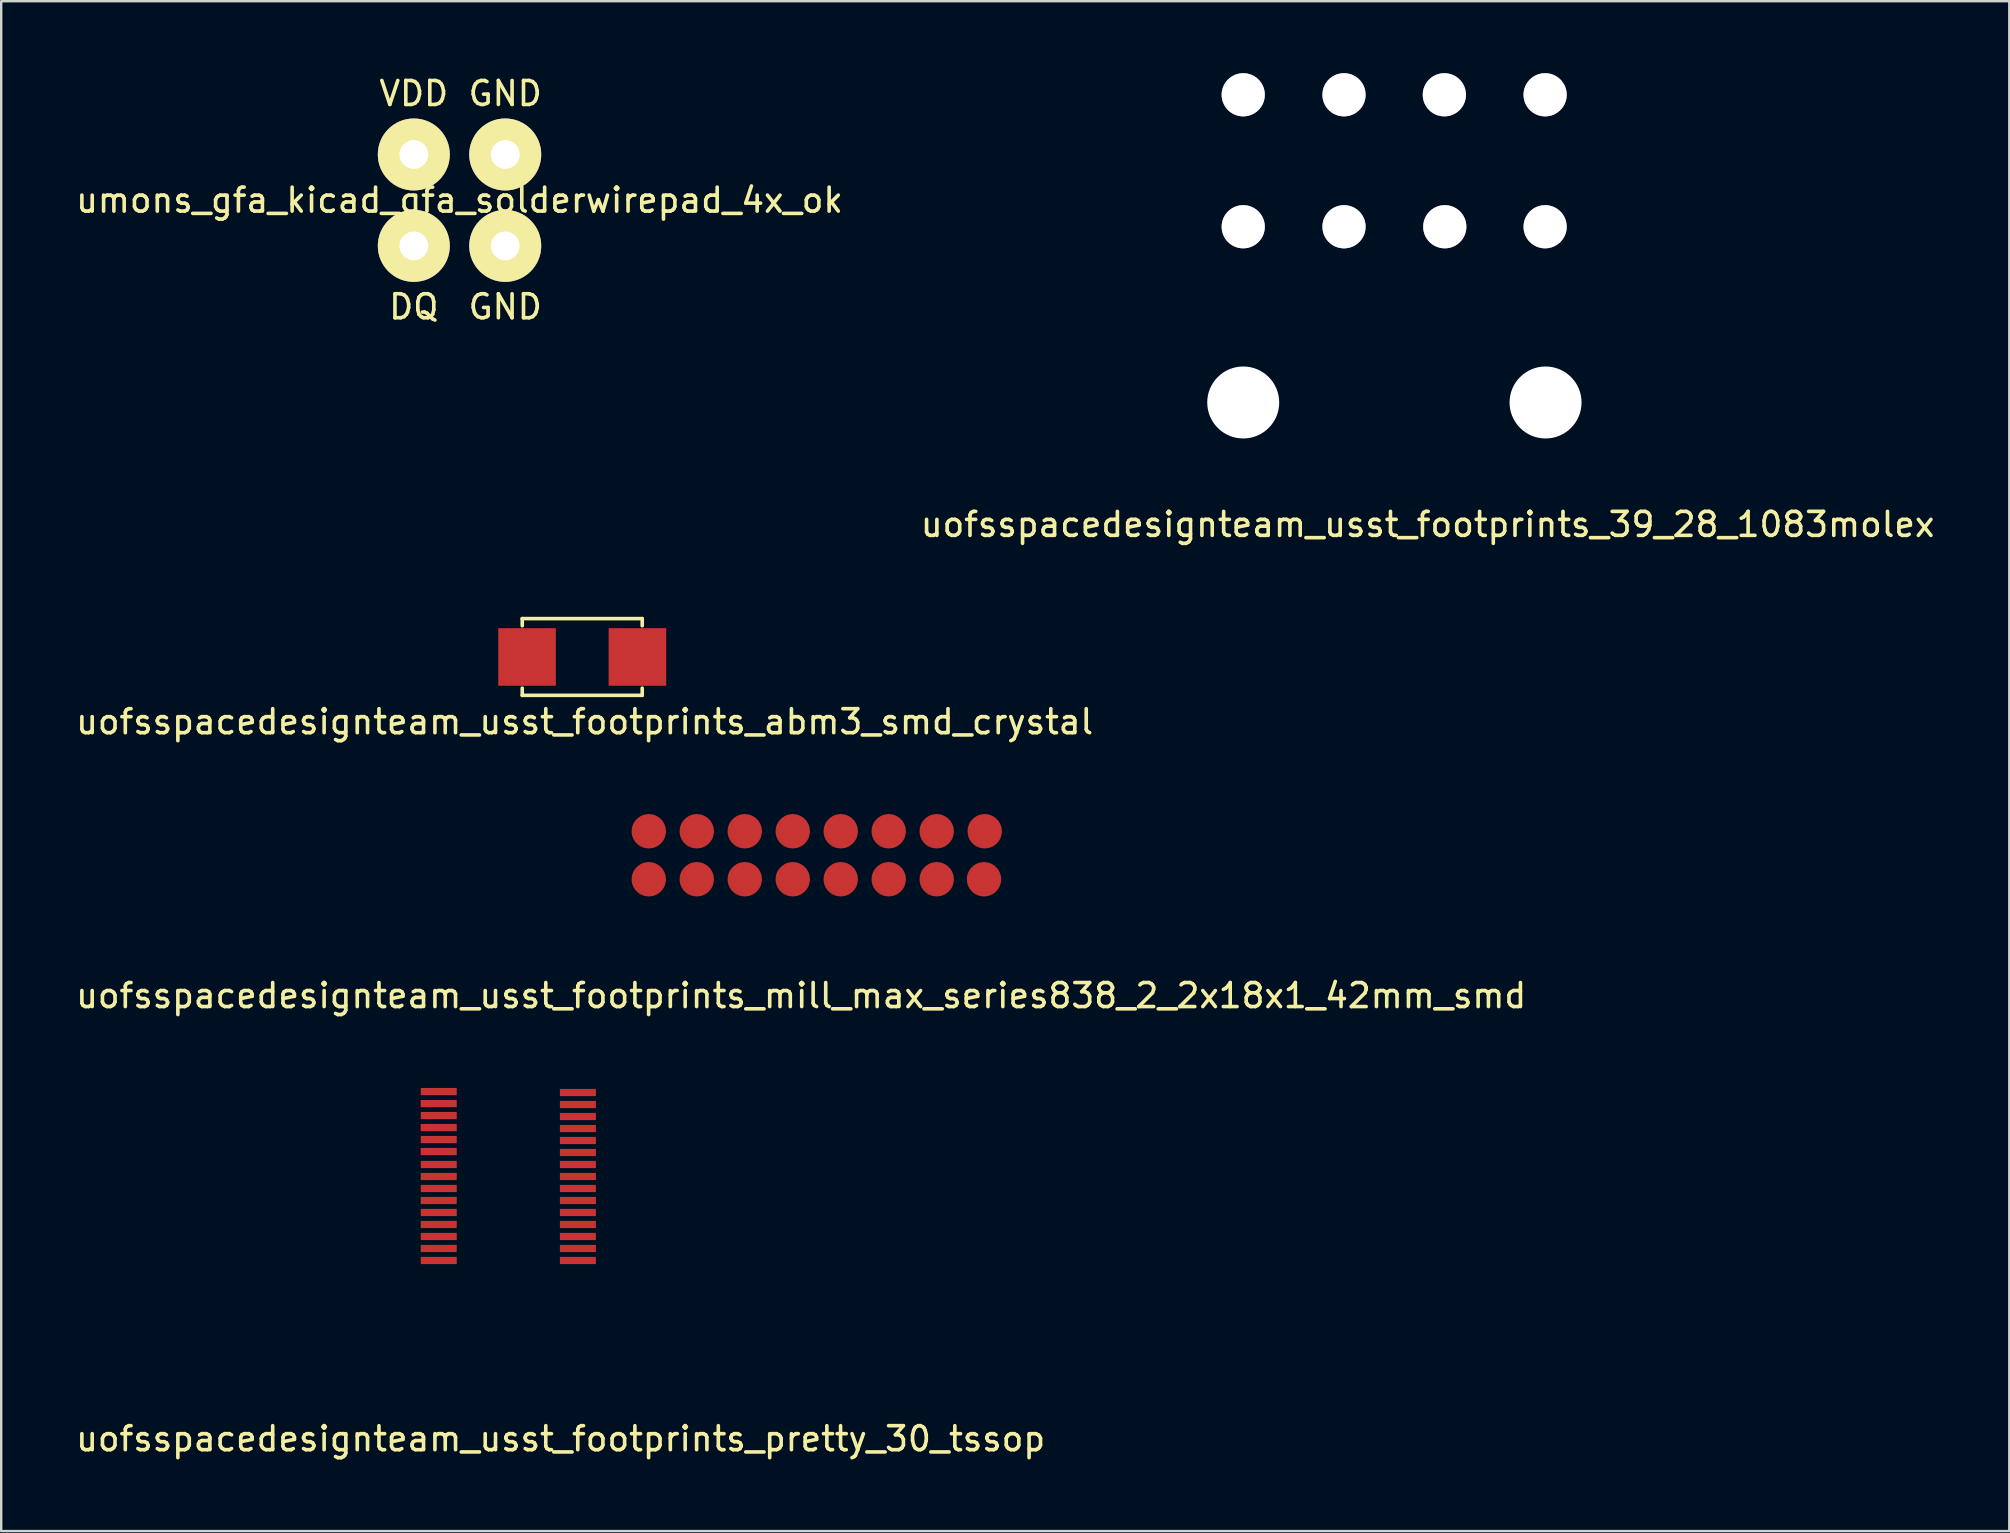
<source format=kicad_pcb>
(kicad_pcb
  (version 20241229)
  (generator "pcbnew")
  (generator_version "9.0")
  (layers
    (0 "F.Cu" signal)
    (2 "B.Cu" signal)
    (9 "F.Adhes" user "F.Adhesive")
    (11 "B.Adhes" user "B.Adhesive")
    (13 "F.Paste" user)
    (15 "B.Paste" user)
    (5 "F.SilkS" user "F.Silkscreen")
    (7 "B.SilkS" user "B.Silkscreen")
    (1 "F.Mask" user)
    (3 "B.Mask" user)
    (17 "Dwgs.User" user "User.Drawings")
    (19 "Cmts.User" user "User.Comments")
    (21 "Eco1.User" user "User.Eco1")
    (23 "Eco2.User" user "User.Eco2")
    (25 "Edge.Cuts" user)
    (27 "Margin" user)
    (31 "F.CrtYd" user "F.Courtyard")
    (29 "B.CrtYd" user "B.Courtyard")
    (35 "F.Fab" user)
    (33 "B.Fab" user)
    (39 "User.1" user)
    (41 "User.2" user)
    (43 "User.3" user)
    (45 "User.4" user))
  (footprint "uofsspacedesignteam_usst_footprints_abm3_smd_crystal"
    (layer "F.Cu")
    (at 21.215 24.33)
    (property "Reference" "uofsspacedesignteam_usst_footprints_abm3_smd_crystal" (at 0.1 2.7 0) (layer "F.SilkS") (effects (font (size 1 1) (thickness 0.15))))
    (attr through_hole)
    (fp_line (start -2.5 -1.6) (end -2.5 -1.3) (stroke (width 0.15) (type solid)) (layer "F.SilkS"))
    (fp_line (start -2.5 -1.6) (end 2.5 -1.6) (stroke (width 0.15) (type solid)) (layer "F.SilkS"))
    (fp_line (start -2.5 1.6) (end -2.5 1.3) (stroke (width 0.15) (type solid)) (layer "F.SilkS"))
    (fp_line (start 2.5 -1.6) (end 2.5 -1.3) (stroke (width 0.15) (type solid)) (layer "F.SilkS"))
    (fp_line (start 2.5 1.6) (end -2.5 1.6) (stroke (width 0.15) (type solid)) (layer "F.SilkS"))
    (fp_line (start 2.5 1.6) (end 2.5 1.3) (stroke (width 0.15) (type solid)) (layer "F.SilkS"))
    (pad "1" smd rect (at -2.3 0) (size 2.4 2.4) (layers "F.Cu" "F.Mask" "F.Paste"))
    (pad "2" smd rect (at 2.3 0) (size 2.4 2.4) (layers "F.Cu" "F.Mask" "F.Paste")))
  (footprint "uofsspacedesignteam_usst_footprints_pretty_30_tssop"
    (layer "F.Cu")
    (at 20.315 56.412)
    (property "Reference" "uofsspacedesignteam_usst_footprints_pretty_30_tssop" (at 0 0.5 0) (layer "F.SilkS") (effects (font (size 1 1) (thickness 0.15))))
    (attr through_hole)
    (pad "1" smd rect (at -5.08 -13.97) (size 1.5 0.3) (layers "F.Cu" "F.Mask" "F.Paste"))
    (pad "2" smd rect (at -5.08 -13.47) (size 1.5 0.3) (layers "F.Cu" "F.Mask" "F.Paste"))
    (pad "3" smd rect (at -5.08 -12.97) (size 1.5 0.3) (layers "F.Cu" "F.Mask" "F.Paste"))
    (pad "4" smd rect (at -5.08 -12.47) (size 1.5 0.3) (layers "F.Cu" "F.Mask" "F.Paste"))
    (pad "5" smd rect (at -5.08 -11.97) (size 1.5 0.3) (layers "F.Cu" "F.Mask" "F.Paste"))
    (pad "6" smd rect (at -5.08 -11.47) (size 1.5 0.3) (layers "F.Cu" "F.Mask" "F.Paste"))
    (pad "7" smd rect (at -5.08 -10.93) (size 1.5 0.3) (layers "F.Cu" "F.Mask" "F.Paste"))
    (pad "8" smd rect (at -5.08 -10.43) (size 1.5 0.3) (layers "F.Cu" "F.Mask" "F.Paste"))
    (pad "9" smd rect (at -5.08 -9.93) (size 1.5 0.3) (layers "F.Cu" "F.Mask" "F.Paste"))
    (pad "10" smd rect (at -5.08 -9.43) (size 1.5 0.3) (layers "F.Cu" "F.Mask" "F.Paste"))
    (pad "11" smd rect (at -5.08 -8.93) (size 1.5 0.3) (layers "F.Cu" "F.Mask" "F.Paste"))
    (pad "12" smd rect (at -5.08 -8.43) (size 1.5 0.3) (layers "F.Cu" "F.Mask" "F.Paste"))
    (pad "13" smd rect (at -5.08 -7.93) (size 1.5 0.3) (layers "F.Cu" "F.Mask" "F.Paste"))
    (pad "14" smd rect (at -5.08 -7.43) (size 1.5 0.3) (layers "F.Cu" "F.Mask" "F.Paste"))
    (pad "15" smd rect (at -5.08 -6.93) (size 1.5 0.3) (layers "F.Cu" "F.Mask" "F.Paste"))
    (pad "16" smd rect (at 0.72 -6.93) (size 1.5 0.3) (layers "F.Cu" "F.Mask" "F.Paste"))
    (pad "17" smd rect (at 0.72 -7.43) (size 1.5 0.3) (layers "F.Cu" "F.Mask" "F.Paste"))
    (pad "18" smd rect (at 0.72 -7.93) (size 1.5 0.3) (layers "F.Cu" "F.Mask" "F.Paste"))
    (pad "19" smd rect (at 0.72 -8.43) (size 1.5 0.3) (layers "F.Cu" "F.Mask" "F.Paste"))
    (pad "20" smd rect (at 0.72 -8.93) (size 1.5 0.3) (layers "F.Cu" "F.Mask" "F.Paste"))
    (pad "21" smd rect (at 0.72 -9.43) (size 1.5 0.3) (layers "F.Cu" "F.Mask" "F.Paste"))
    (pad "22" smd rect (at 0.72 -9.93) (size 1.5 0.3) (layers "F.Cu" "F.Mask" "F.Paste"))
    (pad "23" smd rect (at 0.72 -10.43) (size 1.5 0.3) (layers "F.Cu" "F.Mask" "F.Paste"))
    (pad "24" smd rect (at 0.72 -10.93) (size 1.5 0.3) (layers "F.Cu" "F.Mask" "F.Paste"))
    (pad "25" smd rect (at 0.72 -11.43) (size 1.5 0.3) (layers "F.Cu" "F.Mask" "F.Paste"))
    (pad "26" smd rect (at 0.72 -11.93) (size 1.5 0.3) (layers "F.Cu" "F.Mask" "F.Paste"))
    (pad "27" smd rect (at 0.72 -12.43) (size 1.5 0.3) (layers "F.Cu" "F.Mask" "F.Paste"))
    (pad "28" smd rect (at 0.72 -12.93) (size 1.5 0.3) (layers "F.Cu" "F.Mask" "F.Paste"))
    (pad "29" smd rect (at 0.72 -13.43) (size 1.5 0.3) (layers "F.Cu" "F.Mask" "F.Paste"))
    (pad "30" smd rect (at 0.72 -13.93) (size 1.5 0.3) (layers "F.Cu" "F.Mask" "F.Paste")))
  (footprint "uofsspacedesignteam_usst_footprints_39_28_1083molex"
    (layer "F.Cu")
    (at 56.383 13.6)
    (property "Reference" "uofsspacedesignteam_usst_footprints_39_28_1083molex" (at 0.064 5.207 0) (layer "F.SilkS") (effects (font (size 1 1) (thickness 0.15))))
    (attr through_hole)
    (pad "" np_thru_hole circle (at -7.62 0.124) (size 3 3) (drill 3) (layers "*.Cu" "*.Mask"))
    (pad "" np_thru_hole circle (at 4.98 0.124) (size 3 3) (drill 3) (layers "*.Cu" "*.Mask"))
    (pad "1" thru_hole circle (at 4.962 -7.2) (size 1.8 1.8) (drill 1.8) (layers "*.Cu" "*.Mask"))
    (pad "2" thru_hole circle (at 0.78 -7.2) (size 1.8 1.8) (drill 1.8) (layers "*.Cu" "*.Mask"))
    (pad "3" thru_hole circle (at -3.42 -7.2) (size 1.8 1.8) (drill 1.8) (layers "*.Cu" "*.Mask"))
    (pad "4" thru_hole circle (at -7.62 -7.2) (size 1.8 1.8) (drill 1.8) (layers "*.Cu" "*.Mask"))
    (pad "5" thru_hole circle (at 4.962 -12.7) (size 1.8 1.8) (drill 1.8) (layers "*.Cu" "*.Mask"))
    (pad "6" thru_hole circle (at 0.762 -12.7) (size 1.8 1.8) (drill 1.8) (layers "*.Cu" "*.Mask"))
    (pad "7" thru_hole circle (at -3.42 -12.7) (size 1.8 1.8) (drill 1.8) (layers "*.Cu" "*.Mask"))
    (pad "8" thru_hole circle (at -7.62 -12.7) (size 1.8 1.8) (drill 1.8) (layers "*.Cu" "*.Mask")))
  (footprint "uofsspacedesignteam_usst_footprints_mill_max_series838_2_2x18x1_42mm_smd"
    (layer "F.Cu")
    (at 30.339 37.944)
    (property "Reference" "uofsspacedesignteam_usst_footprints_mill_max_series838_2_2x18x1_42mm_smd" (at 0 0.5 0) (layer "F.SilkS") (effects (font (size 1 1) (thickness 0.15))))
    (attr through_hole)
    (pad "1" smd circle (at -6.35 -6.35) (size 1.43 1.43) (layers "F.Cu" "F.Mask" "F.Paste"))
    (pad "2" smd circle (at -4.35 -6.35) (size 1.43 1.43) (layers "F.Cu" "F.Mask" "F.Paste"))
    (pad "3" smd circle (at -2.35 -6.35) (size 1.43 1.43) (layers "F.Cu" "F.Mask" "F.Paste"))
    (pad "4" smd circle (at -0.35 -6.35) (size 1.43 1.43) (layers "F.Cu" "F.Mask" "F.Paste"))
    (pad "5" smd circle (at 1.65 -6.35) (size 1.43 1.43) (layers "F.Cu" "F.Mask" "F.Paste"))
    (pad "6" smd circle (at 3.65 -6.35) (size 1.43 1.43) (layers "F.Cu" "F.Mask" "F.Paste"))
    (pad "7" smd circle (at 5.65 -6.35) (size 1.43 1.43) (layers "F.Cu" "F.Mask" "F.Paste"))
    (pad "8" smd circle (at 7.65 -6.35) (size 1.43 1.43) (layers "F.Cu" "F.Mask" "F.Paste"))
    (pad "9" smd circle (at -6.35 -4.35) (size 1.43 1.43) (layers "F.Cu" "F.Mask" "F.Paste"))
    (pad "10" smd circle (at -4.35 -4.35) (size 1.43 1.43) (layers "F.Cu" "F.Mask" "F.Paste"))
    (pad "11" smd circle (at -2.35 -4.35) (size 1.43 1.43) (layers "F.Cu" "F.Mask" "F.Paste"))
    (pad "12" smd circle (at -0.35 -4.35) (size 1.43 1.43) (layers "F.Cu" "F.Mask" "F.Paste"))
    (pad "13" smd circle (at 1.65 -4.35) (size 1.43 1.43) (layers "F.Cu" "F.Mask" "F.Paste"))
    (pad "14" smd circle (at 3.65 -4.35) (size 1.43 1.43) (layers "F.Cu" "F.Mask" "F.Paste"))
    (pad "15" smd circle (at 5.65 -4.35) (size 1.43 1.43) (layers "F.Cu" "F.Mask" "F.Paste"))
    (pad "16" smd circle (at 7.62 -4.35) (size 1.43 1.43) (layers "F.Cu" "F.Mask" "F.Paste")))
  (footprint "umons_gfa_kicad_gfa_solderwirepad_4x_ok"
    (layer "F.Cu")
    (at 16.101 5.293)
    (property "Reference" "umons_gfa_kicad_gfa_solderwirepad_4x_ok" (at 0 0 0) (layer "F.SilkS") (effects (font (size 1 1) (thickness 0.15))))
    (attr through_hole)
    (fp_text user "VDD" (at -1.905 -4.445 180) (layer "F.SilkS") (effects (font (size 1 1) (thickness 0.15))))
    (fp_text user "GND" (at 1.905 -4.445 0) (layer "F.SilkS") (effects (font (size 1 1) (thickness 0.15))))
    (fp_text user "DQ" (at -1.905 4.445 0) (layer "F.SilkS") (effects (font (size 1 1) (thickness 0.15))))
    (fp_text user "GND" (at 1.905 4.445 0) (layer "F.SilkS") (effects (font (size 1 1) (thickness 0.15))))
    (pad "1" thru_hole circle (at -1.905 -1.905) (size 3 3) (drill 1.199) (layers "*.Cu" "*.Mask" "F.SilkS"))
    (pad "2" thru_hole circle (at -1.905 1.905) (size 3 3) (drill 1.199) (layers "*.Cu" "*.Mask" "F.SilkS"))
    (pad "3" thru_hole circle (at 1.905 -1.905) (size 3 3) (drill 1.199) (layers "*.Cu" "*.Mask" "F.SilkS"))
    (pad "4" thru_hole circle (at 1.905 1.905) (size 3 3) (drill 1.199) (layers "*.Cu" "*.Mask" "F.SilkS")))
  (gr_rect
    (start -3 -3)
    (end 80.69 60.76)
    (stroke (width 0.1) (type default))
    (fill no)
    (layer "Edge.Cuts")))
</source>
